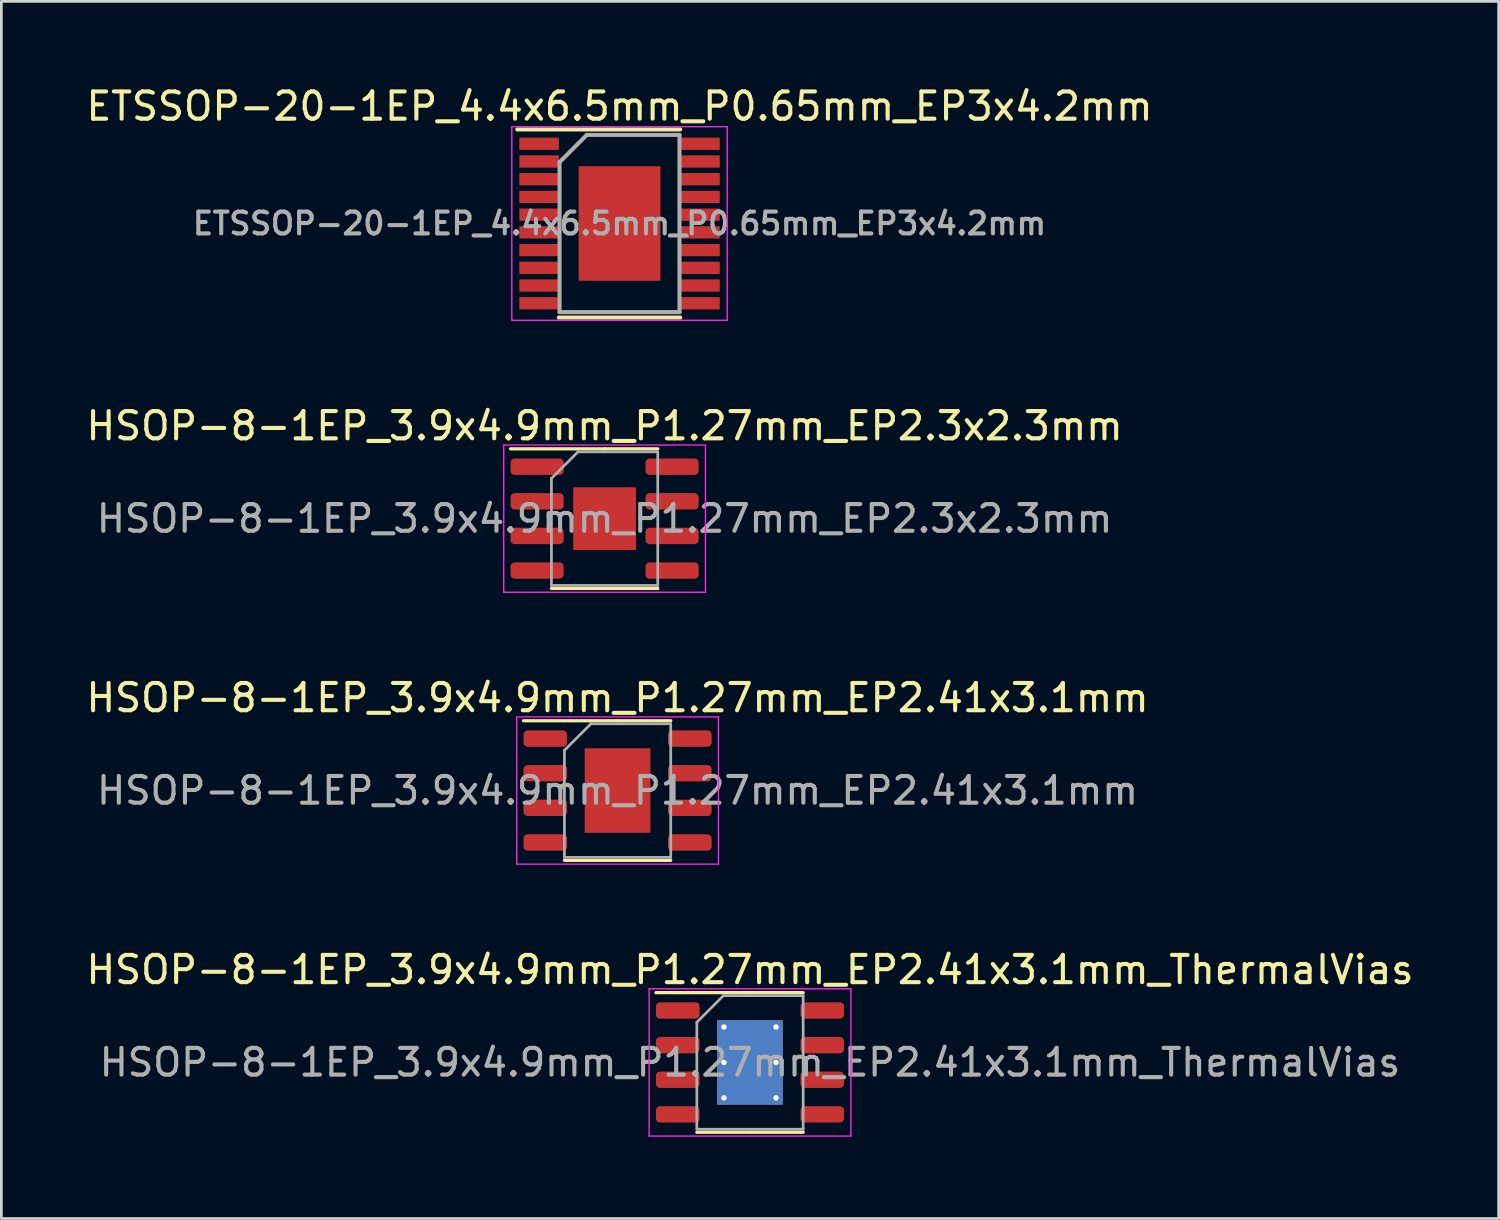
<source format=kicad_pcb>
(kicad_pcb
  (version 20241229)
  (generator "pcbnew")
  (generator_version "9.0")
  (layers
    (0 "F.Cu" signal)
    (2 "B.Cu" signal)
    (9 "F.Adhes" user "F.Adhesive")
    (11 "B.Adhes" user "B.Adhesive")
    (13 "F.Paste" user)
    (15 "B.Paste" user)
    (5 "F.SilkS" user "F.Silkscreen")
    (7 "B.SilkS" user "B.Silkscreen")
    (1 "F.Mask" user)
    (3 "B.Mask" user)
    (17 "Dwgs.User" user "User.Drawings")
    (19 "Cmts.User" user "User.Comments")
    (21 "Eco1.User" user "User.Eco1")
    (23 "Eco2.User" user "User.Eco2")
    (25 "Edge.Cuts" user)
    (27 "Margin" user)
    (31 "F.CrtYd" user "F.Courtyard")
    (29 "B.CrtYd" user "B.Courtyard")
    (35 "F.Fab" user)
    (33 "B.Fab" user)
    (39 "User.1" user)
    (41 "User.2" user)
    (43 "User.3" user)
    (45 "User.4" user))
  (footprint "HSOP-8-1EP_3.9x4.9mm_P1.27mm_EP2.3x2.3mm"
    (layer "F.Cu")
    (at 19.125 15.972)
    (property "Reference" "HSOP-8-1EP_3.9x4.9mm_P1.27mm_EP2.3x2.3mm" (at 0 -3.4 0) (layer "F.SilkS") (effects (font (size 1 1) (thickness 0.15))))
    (attr smd)
    (fp_line (start 0 -2.56) (end -3.45 -2.56) (stroke (width 0.12) (type solid)) (layer "F.SilkS"))
    (fp_line (start 0 -2.56) (end 1.95 -2.56) (stroke (width 0.12) (type solid)) (layer "F.SilkS"))
    (fp_line (start 0 2.56) (end -1.95 2.56) (stroke (width 0.12) (type solid)) (layer "F.SilkS"))
    (fp_line (start 0 2.56) (end 1.95 2.56) (stroke (width 0.12) (type solid)) (layer "F.SilkS"))
    (fp_line (start -3.7 -2.7) (end -3.7 2.7) (stroke (width 0.05) (type solid)) (layer "F.CrtYd"))
    (fp_line (start -3.7 2.7) (end 3.7 2.7) (stroke (width 0.05) (type solid)) (layer "F.CrtYd"))
    (fp_line (start 3.7 -2.7) (end -3.7 -2.7) (stroke (width 0.05) (type solid)) (layer "F.CrtYd"))
    (fp_line (start 3.7 2.7) (end 3.7 -2.7) (stroke (width 0.05) (type solid)) (layer "F.CrtYd"))
    (fp_line (start -1.95 -1.475) (end -0.975 -2.45) (stroke (width 0.1) (type solid)) (layer "F.Fab"))
    (fp_line (start -1.95 2.45) (end -1.95 -1.475) (stroke (width 0.1) (type solid)) (layer "F.Fab"))
    (fp_line (start -0.975 -2.45) (end 1.95 -2.45) (stroke (width 0.1) (type solid)) (layer "F.Fab"))
    (fp_line (start 1.95 -2.45) (end 1.95 2.45) (stroke (width 0.1) (type solid)) (layer "F.Fab"))
    (fp_line (start 1.95 2.45) (end -1.95 2.45) (stroke (width 0.1) (type solid)) (layer "F.Fab"))
    (fp_text user "${REFERENCE}" (at 0 0 0) (layer "F.Fab") (effects (font (size 0.98 0.98) (thickness 0.15))))
    (pad "" smd roundrect (at -0.575 -0.575) (size 0.93 0.93) (layers "F.Paste") (roundrect_rratio 0.25))
    (pad "" smd roundrect (at -0.575 0.575) (size 0.93 0.93) (layers "F.Paste") (roundrect_rratio 0.25))
    (pad "" smd roundrect (at 0.575 -0.575) (size 0.93 0.93) (layers "F.Paste") (roundrect_rratio 0.25))
    (pad "" smd roundrect (at 0.575 0.575) (size 0.93 0.93) (layers "F.Paste") (roundrect_rratio 0.25))
    (pad "1" smd roundrect (at -2.475 -1.905) (size 1.95 0.6) (layers "F.Cu" "F.Mask" "F.Paste") (roundrect_rratio 0.25))
    (pad "2" smd roundrect (at -2.475 -0.635) (size 1.95 0.6) (layers "F.Cu" "F.Mask" "F.Paste") (roundrect_rratio 0.25))
    (pad "3" smd roundrect (at -2.475 0.635) (size 1.95 0.6) (layers "F.Cu" "F.Mask" "F.Paste") (roundrect_rratio 0.25))
    (pad "4" smd roundrect (at -2.475 1.905) (size 1.95 0.6) (layers "F.Cu" "F.Mask" "F.Paste") (roundrect_rratio 0.25))
    (pad "5" smd roundrect (at 2.475 1.905) (size 1.95 0.6) (layers "F.Cu" "F.Mask" "F.Paste") (roundrect_rratio 0.25))
    (pad "6" smd roundrect (at 2.475 0.635) (size 1.95 0.6) (layers "F.Cu" "F.Mask" "F.Paste") (roundrect_rratio 0.25))
    (pad "7" smd roundrect (at 2.475 -0.635) (size 1.95 0.6) (layers "F.Cu" "F.Mask" "F.Paste") (roundrect_rratio 0.25))
    (pad "8" smd roundrect (at 2.475 -1.905) (size 1.95 0.6) (layers "F.Cu" "F.Mask" "F.Paste") (roundrect_rratio 0.25))
    (pad "9" smd rect (at 0 0) (size 2.3 2.3) (layers "F.Cu" "F.Mask")))
  (footprint "HSOP-8-1EP_3.9x4.9mm_P1.27mm_EP2.41x3.1mm_ThermalVias"
    (layer "F.Cu")
    (at 24.458 35.918)
    (property "Reference" "HSOP-8-1EP_3.9x4.9mm_P1.27mm_EP2.41x3.1mm_ThermalVias" (at 0 -3.4 0) (layer "F.SilkS") (effects (font (size 1 1) (thickness 0.15))))
    (attr smd)
    (fp_line (start 0 -2.56) (end -3.45 -2.56) (stroke (width 0.12) (type solid)) (layer "F.SilkS"))
    (fp_line (start 0 -2.56) (end 1.95 -2.56) (stroke (width 0.12) (type solid)) (layer "F.SilkS"))
    (fp_line (start 0 2.56) (end -1.95 2.56) (stroke (width 0.12) (type solid)) (layer "F.SilkS"))
    (fp_line (start 0 2.56) (end 1.95 2.56) (stroke (width 0.12) (type solid)) (layer "F.SilkS"))
    (fp_line (start -3.7 -2.7) (end -3.7 2.7) (stroke (width 0.05) (type solid)) (layer "F.CrtYd"))
    (fp_line (start -3.7 2.7) (end 3.7 2.7) (stroke (width 0.05) (type solid)) (layer "F.CrtYd"))
    (fp_line (start 3.7 -2.7) (end -3.7 -2.7) (stroke (width 0.05) (type solid)) (layer "F.CrtYd"))
    (fp_line (start 3.7 2.7) (end 3.7 -2.7) (stroke (width 0.05) (type solid)) (layer "F.CrtYd"))
    (fp_line (start -1.95 -1.475) (end -0.975 -2.45) (stroke (width 0.1) (type solid)) (layer "F.Fab"))
    (fp_line (start -1.95 2.45) (end -1.95 -1.475) (stroke (width 0.1) (type solid)) (layer "F.Fab"))
    (fp_line (start -0.975 -2.45) (end 1.95 -2.45) (stroke (width 0.1) (type solid)) (layer "F.Fab"))
    (fp_line (start 1.95 -2.45) (end 1.95 2.45) (stroke (width 0.1) (type solid)) (layer "F.Fab"))
    (fp_line (start 1.95 2.45) (end -1.95 2.45) (stroke (width 0.1) (type solid)) (layer "F.Fab"))
    (fp_text user "${REFERENCE}" (at 0 0 0) (layer "F.Fab") (effects (font (size 0.98 0.98) (thickness 0.15))))
    (pad "" smd roundrect (at -0.6 -0.775) (size 0.97 1.25) (layers "F.Paste") (roundrect_rratio 0.25))
    (pad "" smd roundrect (at -0.6 0.775) (size 0.97 1.25) (layers "F.Paste") (roundrect_rratio 0.25))
    (pad "" smd roundrect (at 0.6 -0.775) (size 0.97 1.25) (layers "F.Paste") (roundrect_rratio 0.25))
    (pad "" smd roundrect (at 0.6 0.775) (size 0.97 1.25) (layers "F.Paste") (roundrect_rratio 0.25))
    (pad "1" smd roundrect (at -2.65 -1.905) (size 1.6 0.6) (layers "F.Cu" "F.Mask" "F.Paste") (roundrect_rratio 0.25))
    (pad "2" smd roundrect (at -2.65 -0.635) (size 1.6 0.6) (layers "F.Cu" "F.Mask" "F.Paste") (roundrect_rratio 0.25))
    (pad "3" smd roundrect (at -2.65 0.635) (size 1.6 0.6) (layers "F.Cu" "F.Mask" "F.Paste") (roundrect_rratio 0.25))
    (pad "4" smd roundrect (at -2.65 1.905) (size 1.6 0.6) (layers "F.Cu" "F.Mask" "F.Paste") (roundrect_rratio 0.25))
    (pad "5" smd roundrect (at 2.65 1.905) (size 1.6 0.6) (layers "F.Cu" "F.Mask" "F.Paste") (roundrect_rratio 0.25))
    (pad "6" smd roundrect (at 2.65 0.635) (size 1.6 0.6) (layers "F.Cu" "F.Mask" "F.Paste") (roundrect_rratio 0.25))
    (pad "7" smd roundrect (at 2.65 -0.635) (size 1.6 0.6) (layers "F.Cu" "F.Mask" "F.Paste") (roundrect_rratio 0.25))
    (pad "8" smd roundrect (at 2.65 -1.905) (size 1.6 0.6) (layers "F.Cu" "F.Mask" "F.Paste") (roundrect_rratio 0.25))
    (pad "9" thru_hole circle (at -0.955 -1.3) (size 0.5 0.5) (drill 0.2) (layers "*.Cu"))
    (pad "9" thru_hole circle (at -0.955 0) (size 0.5 0.5) (drill 0.2) (layers "*.Cu"))
    (pad "9" thru_hole circle (at -0.955 1.3) (size 0.5 0.5) (drill 0.2) (layers "*.Cu"))
    (pad "9" smd rect (at 0 0) (size 2.41 3.1) (layers "F.Cu" "F.Mask"))
    (pad "9" smd rect (at 0 0) (size 2.41 3.1) (layers "B.Cu"))
    (pad "9" thru_hole circle (at 0.955 -1.3) (size 0.5 0.5) (drill 0.2) (layers "*.Cu"))
    (pad "9" thru_hole circle (at 0.955 0) (size 0.5 0.5) (drill 0.2) (layers "*.Cu"))
    (pad "9" thru_hole circle (at 0.955 1.3) (size 0.5 0.5) (drill 0.2) (layers "*.Cu")))
  (footprint "HSOP-8-1EP_3.9x4.9mm_P1.27mm_EP2.41x3.1mm"
    (layer "F.Cu")
    (at 19.601 25.945)
    (property "Reference" "HSOP-8-1EP_3.9x4.9mm_P1.27mm_EP2.41x3.1mm" (at 0 -3.4 0) (layer "F.SilkS") (effects (font (size 1 1) (thickness 0.15))))
    (attr smd)
    (fp_line (start 0 -2.56) (end -3.45 -2.56) (stroke (width 0.12) (type solid)) (layer "F.SilkS"))
    (fp_line (start 0 -2.56) (end 1.95 -2.56) (stroke (width 0.12) (type solid)) (layer "F.SilkS"))
    (fp_line (start 0 2.56) (end -1.95 2.56) (stroke (width 0.12) (type solid)) (layer "F.SilkS"))
    (fp_line (start 0 2.56) (end 1.95 2.56) (stroke (width 0.12) (type solid)) (layer "F.SilkS"))
    (fp_line (start -3.7 -2.7) (end -3.7 2.7) (stroke (width 0.05) (type solid)) (layer "F.CrtYd"))
    (fp_line (start -3.7 2.7) (end 3.7 2.7) (stroke (width 0.05) (type solid)) (layer "F.CrtYd"))
    (fp_line (start 3.7 -2.7) (end -3.7 -2.7) (stroke (width 0.05) (type solid)) (layer "F.CrtYd"))
    (fp_line (start 3.7 2.7) (end 3.7 -2.7) (stroke (width 0.05) (type solid)) (layer "F.CrtYd"))
    (fp_line (start -1.95 -1.475) (end -0.975 -2.45) (stroke (width 0.1) (type solid)) (layer "F.Fab"))
    (fp_line (start -1.95 2.45) (end -1.95 -1.475) (stroke (width 0.1) (type solid)) (layer "F.Fab"))
    (fp_line (start -0.975 -2.45) (end 1.95 -2.45) (stroke (width 0.1) (type solid)) (layer "F.Fab"))
    (fp_line (start 1.95 -2.45) (end 1.95 2.45) (stroke (width 0.1) (type solid)) (layer "F.Fab"))
    (fp_line (start 1.95 2.45) (end -1.95 2.45) (stroke (width 0.1) (type solid)) (layer "F.Fab"))
    (fp_text user "${REFERENCE}" (at 0 0 0) (layer "F.Fab") (effects (font (size 0.98 0.98) (thickness 0.15))))
    (pad "" smd roundrect (at -0.6 -0.775) (size 0.97 1.25) (layers "F.Paste") (roundrect_rratio 0.25))
    (pad "" smd roundrect (at -0.6 0.775) (size 0.97 1.25) (layers "F.Paste") (roundrect_rratio 0.25))
    (pad "" smd roundrect (at 0.6 -0.775) (size 0.97 1.25) (layers "F.Paste") (roundrect_rratio 0.25))
    (pad "" smd roundrect (at 0.6 0.775) (size 0.97 1.25) (layers "F.Paste") (roundrect_rratio 0.25))
    (pad "1" smd roundrect (at -2.65 -1.905) (size 1.6 0.6) (layers "F.Cu" "F.Mask" "F.Paste") (roundrect_rratio 0.25))
    (pad "2" smd roundrect (at -2.65 -0.635) (size 1.6 0.6) (layers "F.Cu" "F.Mask" "F.Paste") (roundrect_rratio 0.25))
    (pad "3" smd roundrect (at -2.65 0.635) (size 1.6 0.6) (layers "F.Cu" "F.Mask" "F.Paste") (roundrect_rratio 0.25))
    (pad "4" smd roundrect (at -2.65 1.905) (size 1.6 0.6) (layers "F.Cu" "F.Mask" "F.Paste") (roundrect_rratio 0.25))
    (pad "5" smd roundrect (at 2.65 1.905) (size 1.6 0.6) (layers "F.Cu" "F.Mask" "F.Paste") (roundrect_rratio 0.25))
    (pad "6" smd roundrect (at 2.65 0.635) (size 1.6 0.6) (layers "F.Cu" "F.Mask" "F.Paste") (roundrect_rratio 0.25))
    (pad "7" smd roundrect (at 2.65 -0.635) (size 1.6 0.6) (layers "F.Cu" "F.Mask" "F.Paste") (roundrect_rratio 0.25))
    (pad "8" smd roundrect (at 2.65 -1.905) (size 1.6 0.6) (layers "F.Cu" "F.Mask" "F.Paste") (roundrect_rratio 0.25))
    (pad "9" smd rect (at 0 0) (size 2.41 3.1) (layers "F.Cu" "F.Mask")))
  (footprint "ETSSOP-20-1EP_4.4x6.5mm_P0.65mm_EP3x4.2mm"
    (layer "F.Cu")
    (at 19.673 5.148)
    (property "Reference" "ETSSOP-20-1EP_4.4x6.5mm_P0.65mm_EP3x4.2mm" (at 0 -4.3 0) (layer "F.SilkS") (effects (font (size 1 1) (thickness 0.15))))
    (attr smd)
    (fp_line (start -3.75 -3.45) (end 2.225 -3.45) (stroke (width 0.15) (type solid)) (layer "F.SilkS"))
    (fp_line (start -2.225 3.45) (end 2.225 3.45) (stroke (width 0.15) (type solid)) (layer "F.SilkS"))
    (fp_line (start -3.95 -3.55) (end -3.95 3.55) (stroke (width 0.05) (type solid)) (layer "F.CrtYd"))
    (fp_line (start -3.95 -3.55) (end 3.95 -3.55) (stroke (width 0.05) (type solid)) (layer "F.CrtYd"))
    (fp_line (start -3.95 3.55) (end 3.95 3.55) (stroke (width 0.05) (type solid)) (layer "F.CrtYd"))
    (fp_line (start 3.95 -3.55) (end 3.95 3.55) (stroke (width 0.05) (type solid)) (layer "F.CrtYd"))
    (fp_line (start -2.2 -2.25) (end -1.2 -3.25) (stroke (width 0.15) (type solid)) (layer "F.Fab"))
    (fp_line (start -2.2 3.25) (end -2.2 -2.25) (stroke (width 0.15) (type solid)) (layer "F.Fab"))
    (fp_line (start -1.2 -3.25) (end 2.2 -3.25) (stroke (width 0.15) (type solid)) (layer "F.Fab"))
    (fp_line (start 2.2 -3.25) (end 2.2 3.25) (stroke (width 0.15) (type solid)) (layer "F.Fab"))
    (fp_line (start 2.2 3.25) (end -2.2 3.25) (stroke (width 0.15) (type solid)) (layer "F.Fab"))
    (fp_text user "${REFERENCE}" (at 0 0 0) (layer "F.Fab") (effects (font (size 0.8 0.8) (thickness 0.15))))
    (pad "" smd rect (at -0.75 -1.4) (size 1.2 1.14) (layers "F.Paste"))
    (pad "" smd rect (at -0.75 0) (size 1.2 1.14) (layers "F.Paste"))
    (pad "" smd rect (at -0.75 1.4) (size 1.2 1.14) (layers "F.Paste"))
    (pad "" smd rect (at 0.75 -1.4) (size 1.2 1.14) (layers "F.Paste"))
    (pad "" smd rect (at 0.75 0) (size 1.2 1.14) (layers "F.Paste"))
    (pad "" smd rect (at 0.75 1.4) (size 1.2 1.14) (layers "F.Paste"))
    (pad "1" smd rect (at -2.95 -2.925) (size 1.45 0.45) (layers "F.Cu" "F.Mask" "F.Paste"))
    (pad "2" smd rect (at -2.95 -2.275) (size 1.45 0.45) (layers "F.Cu" "F.Mask" "F.Paste"))
    (pad "3" smd rect (at -2.95 -1.625) (size 1.45 0.45) (layers "F.Cu" "F.Mask" "F.Paste"))
    (pad "4" smd rect (at -2.95 -0.975) (size 1.45 0.45) (layers "F.Cu" "F.Mask" "F.Paste"))
    (pad "5" smd rect (at -2.95 -0.325) (size 1.45 0.45) (layers "F.Cu" "F.Mask" "F.Paste"))
    (pad "6" smd rect (at -2.95 0.325) (size 1.45 0.45) (layers "F.Cu" "F.Mask" "F.Paste"))
    (pad "7" smd rect (at -2.95 0.975) (size 1.45 0.45) (layers "F.Cu" "F.Mask" "F.Paste"))
    (pad "8" smd rect (at -2.95 1.625) (size 1.45 0.45) (layers "F.Cu" "F.Mask" "F.Paste"))
    (pad "9" smd rect (at -2.95 2.275) (size 1.45 0.45) (layers "F.Cu" "F.Mask" "F.Paste"))
    (pad "10" smd rect (at -2.95 2.925) (size 1.45 0.45) (layers "F.Cu" "F.Mask" "F.Paste"))
    (pad "11" smd rect (at 2.95 2.925) (size 1.45 0.45) (layers "F.Cu" "F.Mask" "F.Paste"))
    (pad "12" smd rect (at 2.95 2.275) (size 1.45 0.45) (layers "F.Cu" "F.Mask" "F.Paste"))
    (pad "13" smd rect (at 2.95 1.625) (size 1.45 0.45) (layers "F.Cu" "F.Mask" "F.Paste"))
    (pad "14" smd rect (at 2.95 0.975) (size 1.45 0.45) (layers "F.Cu" "F.Mask" "F.Paste"))
    (pad "15" smd rect (at 2.95 0.325) (size 1.45 0.45) (layers "F.Cu" "F.Mask" "F.Paste"))
    (pad "16" smd rect (at 2.95 -0.325) (size 1.45 0.45) (layers "F.Cu" "F.Mask" "F.Paste"))
    (pad "17" smd rect (at 2.95 -0.975) (size 1.45 0.45) (layers "F.Cu" "F.Mask" "F.Paste"))
    (pad "18" smd rect (at 2.95 -1.625) (size 1.45 0.45) (layers "F.Cu" "F.Mask" "F.Paste"))
    (pad "19" smd rect (at 2.95 -2.275) (size 1.45 0.45) (layers "F.Cu" "F.Mask" "F.Paste"))
    (pad "20" smd rect (at 2.95 -2.925) (size 1.45 0.45) (layers "F.Cu" "F.Mask" "F.Paste"))
    (pad "21" smd rect (at 0 0) (size 3 4.2) (layers "F.Cu" "F.Mask" "F.Paste")))
  (gr_rect
    (start -3 -3)
    (end 51.917 41.643)
    (stroke (width 0.1) (type default))
    (fill no)
    (layer "Edge.Cuts")))
</source>
